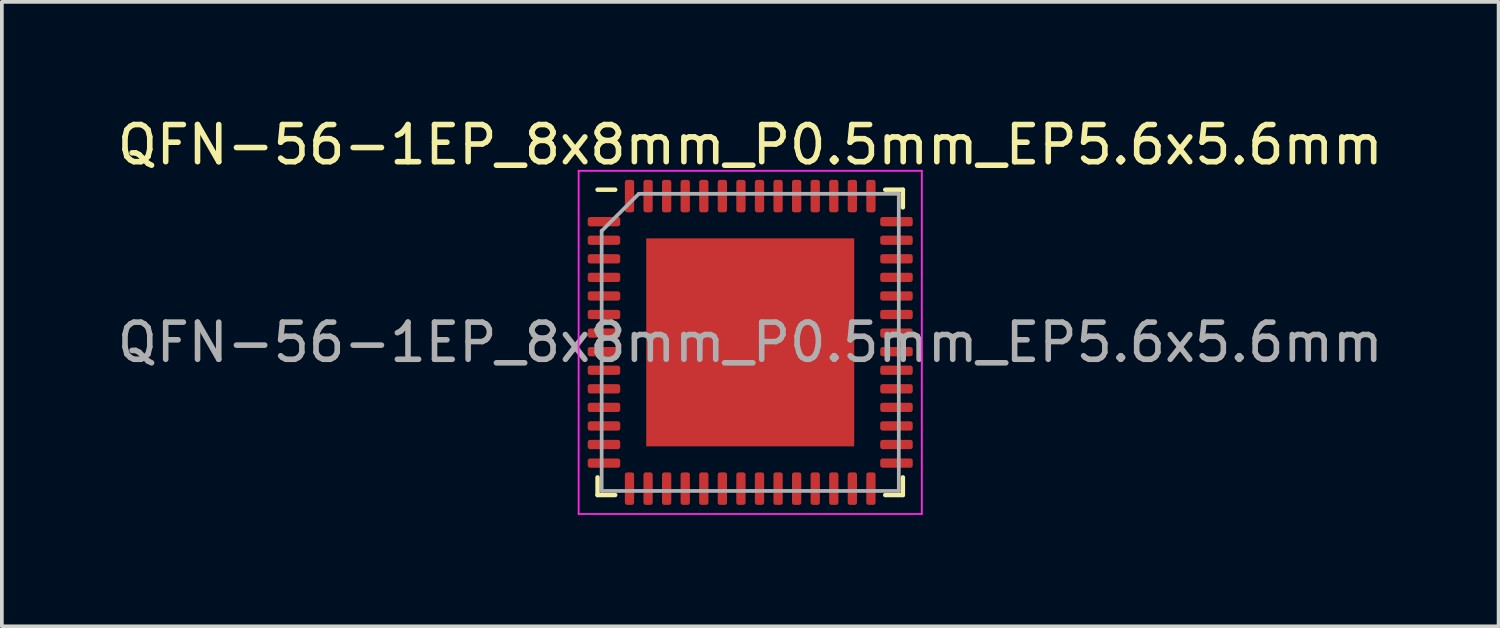
<source format=kicad_pcb>
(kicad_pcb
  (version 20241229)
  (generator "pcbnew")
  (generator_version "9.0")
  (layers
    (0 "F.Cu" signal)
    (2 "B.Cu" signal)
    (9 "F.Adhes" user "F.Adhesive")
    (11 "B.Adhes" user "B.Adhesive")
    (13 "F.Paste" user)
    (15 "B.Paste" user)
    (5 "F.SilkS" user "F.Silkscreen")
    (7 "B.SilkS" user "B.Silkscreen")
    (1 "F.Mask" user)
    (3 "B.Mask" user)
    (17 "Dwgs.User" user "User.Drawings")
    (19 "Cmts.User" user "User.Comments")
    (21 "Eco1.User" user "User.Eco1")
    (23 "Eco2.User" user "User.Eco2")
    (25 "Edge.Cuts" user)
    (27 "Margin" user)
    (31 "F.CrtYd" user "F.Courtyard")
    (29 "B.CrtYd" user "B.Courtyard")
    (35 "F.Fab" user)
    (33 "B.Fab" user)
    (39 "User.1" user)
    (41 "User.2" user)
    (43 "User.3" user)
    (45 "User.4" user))
  (footprint "QFN-56-1EP_8x8mm_P0.5mm_EP5.6x5.6mm"
    (layer "F.Cu")
    (at 17.149 6.168)
    (property "Reference" "QFN-56-1EP_8x8mm_P0.5mm_EP5.6x5.6mm" (at 0 -5.32 0) (layer "F.SilkS") (effects (font (size 1 1) (thickness 0.15))))
    (attr smd)
    (fp_line (start -4.11 4.11) (end -4.11 3.635) (stroke (width 0.12) (type solid)) (layer "F.SilkS"))
    (fp_line (start -3.635 -4.11) (end -4.11 -4.11) (stroke (width 0.12) (type solid)) (layer "F.SilkS"))
    (fp_line (start -3.635 4.11) (end -4.11 4.11) (stroke (width 0.12) (type solid)) (layer "F.SilkS"))
    (fp_line (start 3.635 -4.11) (end 4.11 -4.11) (stroke (width 0.12) (type solid)) (layer "F.SilkS"))
    (fp_line (start 3.635 4.11) (end 4.11 4.11) (stroke (width 0.12) (type solid)) (layer "F.SilkS"))
    (fp_line (start 4.11 -4.11) (end 4.11 -3.635) (stroke (width 0.12) (type solid)) (layer "F.SilkS"))
    (fp_line (start 4.11 4.11) (end 4.11 3.635) (stroke (width 0.12) (type solid)) (layer "F.SilkS"))
    (fp_line (start -4.62 -4.62) (end -4.62 4.62) (stroke (width 0.05) (type solid)) (layer "F.CrtYd"))
    (fp_line (start -4.62 4.62) (end 4.62 4.62) (stroke (width 0.05) (type solid)) (layer "F.CrtYd"))
    (fp_line (start 4.62 -4.62) (end -4.62 -4.62) (stroke (width 0.05) (type solid)) (layer "F.CrtYd"))
    (fp_line (start 4.62 4.62) (end 4.62 -4.62) (stroke (width 0.05) (type solid)) (layer "F.CrtYd"))
    (fp_line (start -4 -3) (end -3 -4) (stroke (width 0.1) (type solid)) (layer "F.Fab"))
    (fp_line (start -4 4) (end -4 -3) (stroke (width 0.1) (type solid)) (layer "F.Fab"))
    (fp_line (start -3 -4) (end 4 -4) (stroke (width 0.1) (type solid)) (layer "F.Fab"))
    (fp_line (start 4 -4) (end 4 4) (stroke (width 0.1) (type solid)) (layer "F.Fab"))
    (fp_line (start 4 4) (end -4 4) (stroke (width 0.1) (type solid)) (layer "F.Fab"))
    (fp_text user "${REFERENCE}" (at 0 0 0) (layer "F.Fab") (effects (font (size 1 1) (thickness 0.15))))
    (pad "" smd roundrect (at -2.1 -2.1) (size 1.13 1.13) (layers "F.Paste") (roundrect_rratio 0.221))
    (pad "" smd roundrect (at -2.1 -0.7) (size 1.13 1.13) (layers "F.Paste") (roundrect_rratio 0.221))
    (pad "" smd roundrect (at -2.1 0.7) (size 1.13 1.13) (layers "F.Paste") (roundrect_rratio 0.221))
    (pad "" smd roundrect (at -2.1 2.1) (size 1.13 1.13) (layers "F.Paste") (roundrect_rratio 0.221))
    (pad "" smd roundrect (at -0.7 -2.1) (size 1.13 1.13) (layers "F.Paste") (roundrect_rratio 0.221))
    (pad "" smd roundrect (at -0.7 -0.7) (size 1.13 1.13) (layers "F.Paste") (roundrect_rratio 0.221))
    (pad "" smd roundrect (at -0.7 0.7) (size 1.13 1.13) (layers "F.Paste") (roundrect_rratio 0.221))
    (pad "" smd roundrect (at -0.7 2.1) (size 1.13 1.13) (layers "F.Paste") (roundrect_rratio 0.221))
    (pad "" smd roundrect (at 0.7 -2.1) (size 1.13 1.13) (layers "F.Paste") (roundrect_rratio 0.221))
    (pad "" smd roundrect (at 0.7 -0.7) (size 1.13 1.13) (layers "F.Paste") (roundrect_rratio 0.221))
    (pad "" smd roundrect (at 0.7 0.7) (size 1.13 1.13) (layers "F.Paste") (roundrect_rratio 0.221))
    (pad "" smd roundrect (at 0.7 2.1) (size 1.13 1.13) (layers "F.Paste") (roundrect_rratio 0.221))
    (pad "" smd roundrect (at 2.1 -2.1) (size 1.13 1.13) (layers "F.Paste") (roundrect_rratio 0.221))
    (pad "" smd roundrect (at 2.1 -0.7) (size 1.13 1.13) (layers "F.Paste") (roundrect_rratio 0.221))
    (pad "" smd roundrect (at 2.1 0.7) (size 1.13 1.13) (layers "F.Paste") (roundrect_rratio 0.221))
    (pad "" smd roundrect (at 2.1 2.1) (size 1.13 1.13) (layers "F.Paste") (roundrect_rratio 0.221))
    (pad "1" smd roundrect (at -3.938 -3.25) (size 0.875 0.25) (layers "F.Cu" "F.Mask" "F.Paste") (roundrect_rratio 0.25))
    (pad "2" smd roundrect (at -3.938 -2.75) (size 0.875 0.25) (layers "F.Cu" "F.Mask" "F.Paste") (roundrect_rratio 0.25))
    (pad "3" smd roundrect (at -3.938 -2.25) (size 0.875 0.25) (layers "F.Cu" "F.Mask" "F.Paste") (roundrect_rratio 0.25))
    (pad "4" smd roundrect (at -3.938 -1.75) (size 0.875 0.25) (layers "F.Cu" "F.Mask" "F.Paste") (roundrect_rratio 0.25))
    (pad "5" smd roundrect (at -3.938 -1.25) (size 0.875 0.25) (layers "F.Cu" "F.Mask" "F.Paste") (roundrect_rratio 0.25))
    (pad "6" smd roundrect (at -3.938 -0.75) (size 0.875 0.25) (layers "F.Cu" "F.Mask" "F.Paste") (roundrect_rratio 0.25))
    (pad "7" smd roundrect (at -3.938 -0.25) (size 0.875 0.25) (layers "F.Cu" "F.Mask" "F.Paste") (roundrect_rratio 0.25))
    (pad "8" smd roundrect (at -3.938 0.25) (size 0.875 0.25) (layers "F.Cu" "F.Mask" "F.Paste") (roundrect_rratio 0.25))
    (pad "9" smd roundrect (at -3.938 0.75) (size 0.875 0.25) (layers "F.Cu" "F.Mask" "F.Paste") (roundrect_rratio 0.25))
    (pad "10" smd roundrect (at -3.938 1.25) (size 0.875 0.25) (layers "F.Cu" "F.Mask" "F.Paste") (roundrect_rratio 0.25))
    (pad "11" smd roundrect (at -3.938 1.75) (size 0.875 0.25) (layers "F.Cu" "F.Mask" "F.Paste") (roundrect_rratio 0.25))
    (pad "12" smd roundrect (at -3.938 2.25) (size 0.875 0.25) (layers "F.Cu" "F.Mask" "F.Paste") (roundrect_rratio 0.25))
    (pad "13" smd roundrect (at -3.938 2.75) (size 0.875 0.25) (layers "F.Cu" "F.Mask" "F.Paste") (roundrect_rratio 0.25))
    (pad "14" smd roundrect (at -3.938 3.25) (size 0.875 0.25) (layers "F.Cu" "F.Mask" "F.Paste") (roundrect_rratio 0.25))
    (pad "15" smd roundrect (at -3.25 3.938) (size 0.25 0.875) (layers "F.Cu" "F.Mask" "F.Paste") (roundrect_rratio 0.25))
    (pad "16" smd roundrect (at -2.75 3.938) (size 0.25 0.875) (layers "F.Cu" "F.Mask" "F.Paste") (roundrect_rratio 0.25))
    (pad "17" smd roundrect (at -2.25 3.938) (size 0.25 0.875) (layers "F.Cu" "F.Mask" "F.Paste") (roundrect_rratio 0.25))
    (pad "18" smd roundrect (at -1.75 3.938) (size 0.25 0.875) (layers "F.Cu" "F.Mask" "F.Paste") (roundrect_rratio 0.25))
    (pad "19" smd roundrect (at -1.25 3.938) (size 0.25 0.875) (layers "F.Cu" "F.Mask" "F.Paste") (roundrect_rratio 0.25))
    (pad "20" smd roundrect (at -0.75 3.938) (size 0.25 0.875) (layers "F.Cu" "F.Mask" "F.Paste") (roundrect_rratio 0.25))
    (pad "21" smd roundrect (at -0.25 3.938) (size 0.25 0.875) (layers "F.Cu" "F.Mask" "F.Paste") (roundrect_rratio 0.25))
    (pad "22" smd roundrect (at 0.25 3.938) (size 0.25 0.875) (layers "F.Cu" "F.Mask" "F.Paste") (roundrect_rratio 0.25))
    (pad "23" smd roundrect (at 0.75 3.938) (size 0.25 0.875) (layers "F.Cu" "F.Mask" "F.Paste") (roundrect_rratio 0.25))
    (pad "24" smd roundrect (at 1.25 3.938) (size 0.25 0.875) (layers "F.Cu" "F.Mask" "F.Paste") (roundrect_rratio 0.25))
    (pad "25" smd roundrect (at 1.75 3.938) (size 0.25 0.875) (layers "F.Cu" "F.Mask" "F.Paste") (roundrect_rratio 0.25))
    (pad "26" smd roundrect (at 2.25 3.938) (size 0.25 0.875) (layers "F.Cu" "F.Mask" "F.Paste") (roundrect_rratio 0.25))
    (pad "27" smd roundrect (at 2.75 3.938) (size 0.25 0.875) (layers "F.Cu" "F.Mask" "F.Paste") (roundrect_rratio 0.25))
    (pad "28" smd roundrect (at 3.25 3.938) (size 0.25 0.875) (layers "F.Cu" "F.Mask" "F.Paste") (roundrect_rratio 0.25))
    (pad "29" smd roundrect (at 3.938 3.25) (size 0.875 0.25) (layers "F.Cu" "F.Mask" "F.Paste") (roundrect_rratio 0.25))
    (pad "30" smd roundrect (at 3.938 2.75) (size 0.875 0.25) (layers "F.Cu" "F.Mask" "F.Paste") (roundrect_rratio 0.25))
    (pad "31" smd roundrect (at 3.938 2.25) (size 0.875 0.25) (layers "F.Cu" "F.Mask" "F.Paste") (roundrect_rratio 0.25))
    (pad "32" smd roundrect (at 3.938 1.75) (size 0.875 0.25) (layers "F.Cu" "F.Mask" "F.Paste") (roundrect_rratio 0.25))
    (pad "33" smd roundrect (at 3.938 1.25) (size 0.875 0.25) (layers "F.Cu" "F.Mask" "F.Paste") (roundrect_rratio 0.25))
    (pad "34" smd roundrect (at 3.938 0.75) (size 0.875 0.25) (layers "F.Cu" "F.Mask" "F.Paste") (roundrect_rratio 0.25))
    (pad "35" smd roundrect (at 3.938 0.25) (size 0.875 0.25) (layers "F.Cu" "F.Mask" "F.Paste") (roundrect_rratio 0.25))
    (pad "36" smd roundrect (at 3.938 -0.25) (size 0.875 0.25) (layers "F.Cu" "F.Mask" "F.Paste") (roundrect_rratio 0.25))
    (pad "37" smd roundrect (at 3.938 -0.75) (size 0.875 0.25) (layers "F.Cu" "F.Mask" "F.Paste") (roundrect_rratio 0.25))
    (pad "38" smd roundrect (at 3.938 -1.25) (size 0.875 0.25) (layers "F.Cu" "F.Mask" "F.Paste") (roundrect_rratio 0.25))
    (pad "39" smd roundrect (at 3.938 -1.75) (size 0.875 0.25) (layers "F.Cu" "F.Mask" "F.Paste") (roundrect_rratio 0.25))
    (pad "40" smd roundrect (at 3.938 -2.25) (size 0.875 0.25) (layers "F.Cu" "F.Mask" "F.Paste") (roundrect_rratio 0.25))
    (pad "41" smd roundrect (at 3.938 -2.75) (size 0.875 0.25) (layers "F.Cu" "F.Mask" "F.Paste") (roundrect_rratio 0.25))
    (pad "42" smd roundrect (at 3.938 -3.25) (size 0.875 0.25) (layers "F.Cu" "F.Mask" "F.Paste") (roundrect_rratio 0.25))
    (pad "43" smd roundrect (at 3.25 -3.938) (size 0.25 0.875) (layers "F.Cu" "F.Mask" "F.Paste") (roundrect_rratio 0.25))
    (pad "44" smd roundrect (at 2.75 -3.938) (size 0.25 0.875) (layers "F.Cu" "F.Mask" "F.Paste") (roundrect_rratio 0.25))
    (pad "45" smd roundrect (at 2.25 -3.938) (size 0.25 0.875) (layers "F.Cu" "F.Mask" "F.Paste") (roundrect_rratio 0.25))
    (pad "46" smd roundrect (at 1.75 -3.938) (size 0.25 0.875) (layers "F.Cu" "F.Mask" "F.Paste") (roundrect_rratio 0.25))
    (pad "47" smd roundrect (at 1.25 -3.938) (size 0.25 0.875) (layers "F.Cu" "F.Mask" "F.Paste") (roundrect_rratio 0.25))
    (pad "48" smd roundrect (at 0.75 -3.938) (size 0.25 0.875) (layers "F.Cu" "F.Mask" "F.Paste") (roundrect_rratio 0.25))
    (pad "49" smd roundrect (at 0.25 -3.938) (size 0.25 0.875) (layers "F.Cu" "F.Mask" "F.Paste") (roundrect_rratio 0.25))
    (pad "50" smd roundrect (at -0.25 -3.938) (size 0.25 0.875) (layers "F.Cu" "F.Mask" "F.Paste") (roundrect_rratio 0.25))
    (pad "51" smd roundrect (at -0.75 -3.938) (size 0.25 0.875) (layers "F.Cu" "F.Mask" "F.Paste") (roundrect_rratio 0.25))
    (pad "52" smd roundrect (at -1.25 -3.938) (size 0.25 0.875) (layers "F.Cu" "F.Mask" "F.Paste") (roundrect_rratio 0.25))
    (pad "53" smd roundrect (at -1.75 -3.938) (size 0.25 0.875) (layers "F.Cu" "F.Mask" "F.Paste") (roundrect_rratio 0.25))
    (pad "54" smd roundrect (at -2.25 -3.938) (size 0.25 0.875) (layers "F.Cu" "F.Mask" "F.Paste") (roundrect_rratio 0.25))
    (pad "55" smd roundrect (at -2.75 -3.938) (size 0.25 0.875) (layers "F.Cu" "F.Mask" "F.Paste") (roundrect_rratio 0.25))
    (pad "56" smd roundrect (at -3.25 -3.938) (size 0.25 0.875) (layers "F.Cu" "F.Mask" "F.Paste") (roundrect_rratio 0.25))
    (pad "57" smd rect (at 0 0) (size 5.6 5.6) (layers "F.Cu" "F.Mask")))
  (gr_rect
    (start -3 -3)
    (end 37.298 13.813)
    (stroke (width 0.1) (type default))
    (fill no)
    (layer "Edge.Cuts")))
</source>
